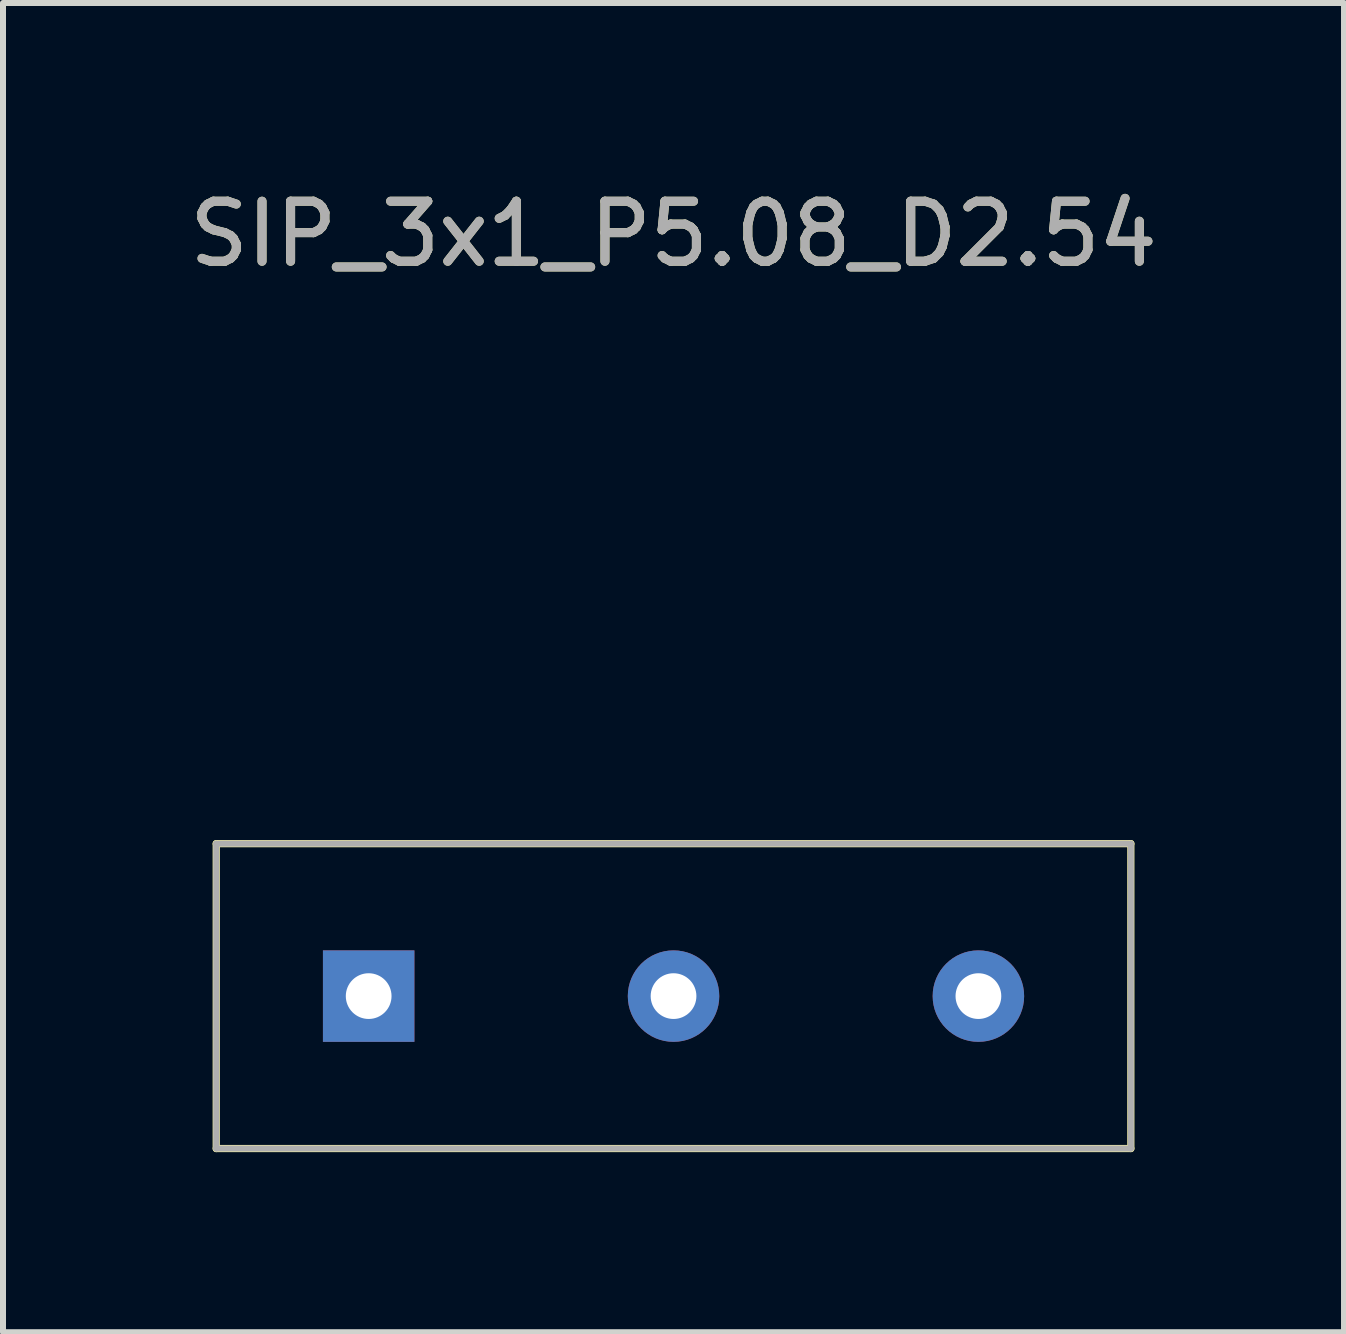
<source format=kicad_pcb>
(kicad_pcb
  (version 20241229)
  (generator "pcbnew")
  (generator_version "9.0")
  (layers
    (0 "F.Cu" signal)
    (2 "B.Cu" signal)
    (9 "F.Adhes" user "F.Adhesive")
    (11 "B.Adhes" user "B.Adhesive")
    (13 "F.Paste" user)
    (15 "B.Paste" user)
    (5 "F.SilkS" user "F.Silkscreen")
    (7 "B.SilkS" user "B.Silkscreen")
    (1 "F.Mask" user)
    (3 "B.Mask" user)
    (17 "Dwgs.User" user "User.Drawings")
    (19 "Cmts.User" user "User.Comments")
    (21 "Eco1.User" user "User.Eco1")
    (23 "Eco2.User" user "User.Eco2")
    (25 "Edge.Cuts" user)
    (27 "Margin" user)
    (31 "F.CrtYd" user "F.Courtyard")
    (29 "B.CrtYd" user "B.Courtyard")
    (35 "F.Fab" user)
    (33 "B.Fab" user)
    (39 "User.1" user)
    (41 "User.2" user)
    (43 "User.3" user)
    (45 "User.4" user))
  (footprint "SIP_3x1_P5.08_D2.54"
    (layer "F.Cu")
    (at 8.173 13.548)
    (property "Reference" "SIP_3x1_P5.08_D2.54" (at 0 -12.7 0) (unlocked yes) (layer "F.SilkS") (effects (font (size 1 1) (thickness 0.15))))
    (fp_line (start -7.62 -2.54) (end 7.62 -2.54) (stroke (width 0.12) (type solid)) (layer "F.Mask"))
    (fp_line (start -7.62 -2.54) (end 7.62 -2.54) (stroke (width 0.12) (type solid)) (layer "F.SilkS"))
    (fp_line (start -7.62 2.54) (end -7.62 -2.54) (stroke (width 0.12) (type solid)) (layer "F.SilkS"))
    (fp_line (start 7.62 -2.54) (end 7.62 2.54) (stroke (width 0.12) (type solid)) (layer "F.SilkS"))
    (fp_line (start 7.62 2.54) (end -7.62 2.54) (stroke (width 0.12) (type solid)) (layer "F.SilkS"))
    (fp_line (start -7.62 -2.54) (end 7.62 -2.54) (stroke (width 0.1) (type solid)) (layer "F.Fab"))
    (fp_line (start -7.62 2.54) (end -7.62 -2.54) (stroke (width 0.1) (type solid)) (layer "F.Fab"))
    (fp_line (start 7.62 -2.54) (end 7.62 2.54) (stroke (width 0.1) (type solid)) (layer "F.Fab"))
    (fp_line (start 7.62 2.54) (end -7.62 2.54) (stroke (width 0.1) (type solid)) (layer "F.Fab"))
    (fp_text user "${REFERENCE}" (at 0 -12.7 0) (unlocked yes) (layer "F.Fab") (effects (font (size 1 1) (thickness 0.15))))
    (pad "3" thru_hole rect (at -5.08 0) (size 1.524 1.524) (drill 0.762) (layers "*.Cu" "*.Mask"))
    (pad "4" thru_hole circle (at 0 0) (size 1.524 1.524) (drill 0.762) (layers "*.Cu" "*.Mask"))
    (pad "5" thru_hole circle (at 5.08 0) (size 1.524 1.524) (drill 0.762) (layers "*.Cu" "*.Mask")))
  (gr_rect
    (start -3 -3)
    (end 19.345 19.148)
    (stroke (width 0.1) (type default))
    (fill no)
    (layer "Edge.Cuts")))
</source>
